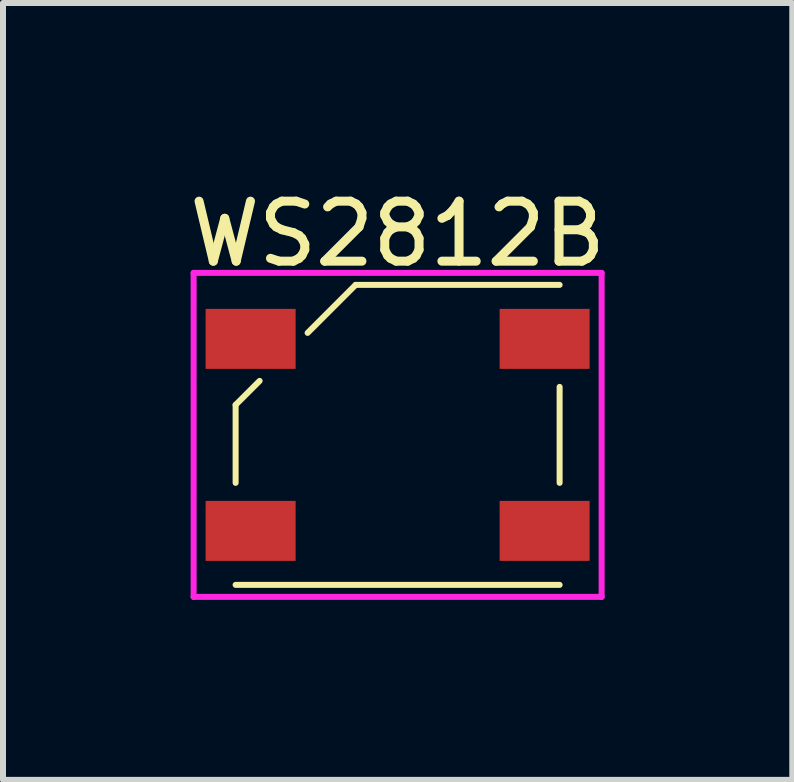
<source format=kicad_pcb>
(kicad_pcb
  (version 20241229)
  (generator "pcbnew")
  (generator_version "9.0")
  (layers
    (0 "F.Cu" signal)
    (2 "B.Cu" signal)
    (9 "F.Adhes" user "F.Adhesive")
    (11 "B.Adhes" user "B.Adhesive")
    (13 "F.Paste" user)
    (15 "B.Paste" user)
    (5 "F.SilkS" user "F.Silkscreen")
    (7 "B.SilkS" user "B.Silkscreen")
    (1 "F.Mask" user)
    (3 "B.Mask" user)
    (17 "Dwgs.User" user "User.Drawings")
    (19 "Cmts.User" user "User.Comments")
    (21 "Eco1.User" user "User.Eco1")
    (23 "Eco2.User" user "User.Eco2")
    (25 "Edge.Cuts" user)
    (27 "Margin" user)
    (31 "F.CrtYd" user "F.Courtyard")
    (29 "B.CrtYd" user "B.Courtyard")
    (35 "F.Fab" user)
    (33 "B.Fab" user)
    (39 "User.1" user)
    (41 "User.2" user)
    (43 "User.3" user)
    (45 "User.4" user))
  (footprint "WS2812B"
    (layer "F.Cu")
    (at 3.577 4.198)
    (property "Reference" "WS2812B" (at 0 -3.35 0) (layer "F.SilkS") (effects (font (size 1 1) (thickness 0.15))))
    (attr through_hole)
    (fp_line (start -2.7 -0.5) (end -2.3 -0.9) (stroke (width 0.1) (type solid)) (layer "F.SilkS"))
    (fp_line (start -2.7 0.8) (end -2.7 -0.5) (stroke (width 0.1) (type solid)) (layer "F.SilkS"))
    (fp_line (start -2.7 2.5) (end 2.7 2.5) (stroke (width 0.1) (type solid)) (layer "F.SilkS"))
    (fp_line (start -1.5 -1.7) (end -0.7 -2.5) (stroke (width 0.1) (type solid)) (layer "F.SilkS"))
    (fp_line (start -0.7 -2.5) (end 2.7 -2.5) (stroke (width 0.1) (type solid)) (layer "F.SilkS"))
    (fp_line (start 2.7 -0.8) (end 2.7 0.8) (stroke (width 0.1) (type solid)) (layer "F.SilkS"))
    (fp_line (start -3.4 -2.7) (end -3.4 2.7) (stroke (width 0.1) (type solid)) (layer "F.CrtYd"))
    (fp_line (start -3.4 -2.7) (end 3.4 -2.7) (stroke (width 0.1) (type solid)) (layer "F.CrtYd"))
    (fp_line (start 3.4 -2.7) (end 3.4 2.7) (stroke (width 0.1) (type solid)) (layer "F.CrtYd"))
    (fp_line (start 3.4 2.7) (end -3.4 2.7) (stroke (width 0.1) (type solid)) (layer "F.CrtYd"))
    (pad "1" smd rect (at 2.45 1.6) (size 1.5 1) (layers "F.Cu" "F.Mask" "F.Paste"))
    (pad "2" smd rect (at 2.45 -1.6) (size 1.5 1) (layers "F.Cu" "F.Mask" "F.Paste"))
    (pad "3" smd rect (at -2.45 -1.6) (size 1.5 1) (layers "F.Cu" "F.Mask" "F.Paste"))
    (pad "4" smd rect (at -2.45 1.6) (size 1.5 1) (layers "F.Cu" "F.Mask" "F.Paste")))
  (gr_rect
    (start -3 -3)
    (end 10.155 9.948)
    (stroke (width 0.1) (type default))
    (fill no)
    (layer "Edge.Cuts")))
</source>
